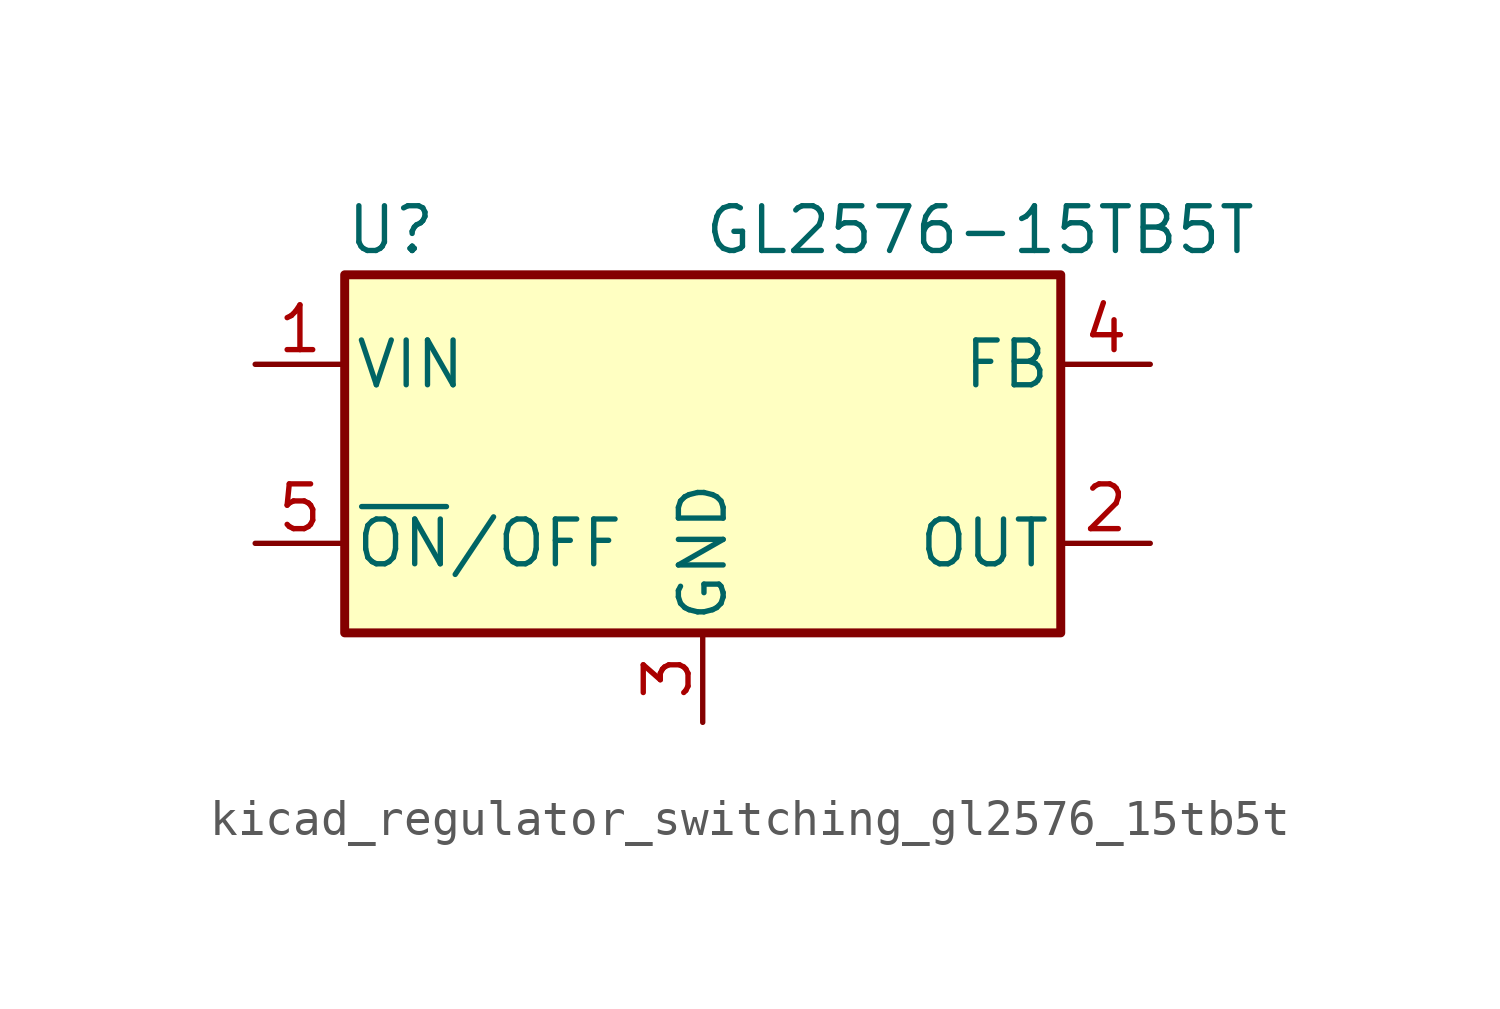
<source format=kicad_sym>
(kicad_symbol_lib
  (version 20220914)
  (generator kicad_symbol_editor)
  (symbol "kicad_regulator_switching_gl2576_15tb5t"
    (pin_names
      (offset 0.254))
    (property "Reference" "U"
      (at -10.16 6.35 0)
      (effects (font (size 1.27 1.27)) (justify left)))
    (property "Value" "GL2576-15TB5T"
      (at 0 6.35 0)
      (effects (font (size 1.27 1.27)) (justify left)))
    (symbol "kicad_regulator_switching_gl2576_15tb5t_0_1"
      (rectangle (start -10.16 5.08) (end 10.16 -5.08) (stroke (width 0.254) (type default)) (fill (type background))))
    (symbol "kicad_regulator_switching_gl2576_15tb5t_1_1"
      (pin power_in line (at -12.7 2.54 0) (length 2.54) (name "VIN" (effects (font (size 1.27 1.27)))) (number "1" (effects (font (size 1.27 1.27)))))
      (pin output line (at 12.7 -2.54 180) (length 2.54) (name "OUT" (effects (font (size 1.27 1.27)))) (number "2" (effects (font (size 1.27 1.27)))))
      (pin power_in line (at 0 -7.62 90) (length 2.54) (name "GND" (effects (font (size 1.27 1.27)))) (number "3" (effects (font (size 1.27 1.27)))))
      (pin input line (at 12.7 2.54 180) (length 2.54) (name "FB" (effects (font (size 1.27 1.27)))) (number "4" (effects (font (size 1.27 1.27)))))
      (pin input line (at -12.7 -2.54 0) (length 2.54) (name "~{ON}/OFF" (effects (font (size 1.27 1.27)))) (number "5" (effects (font (size 1.27 1.27))))))))
</source>
